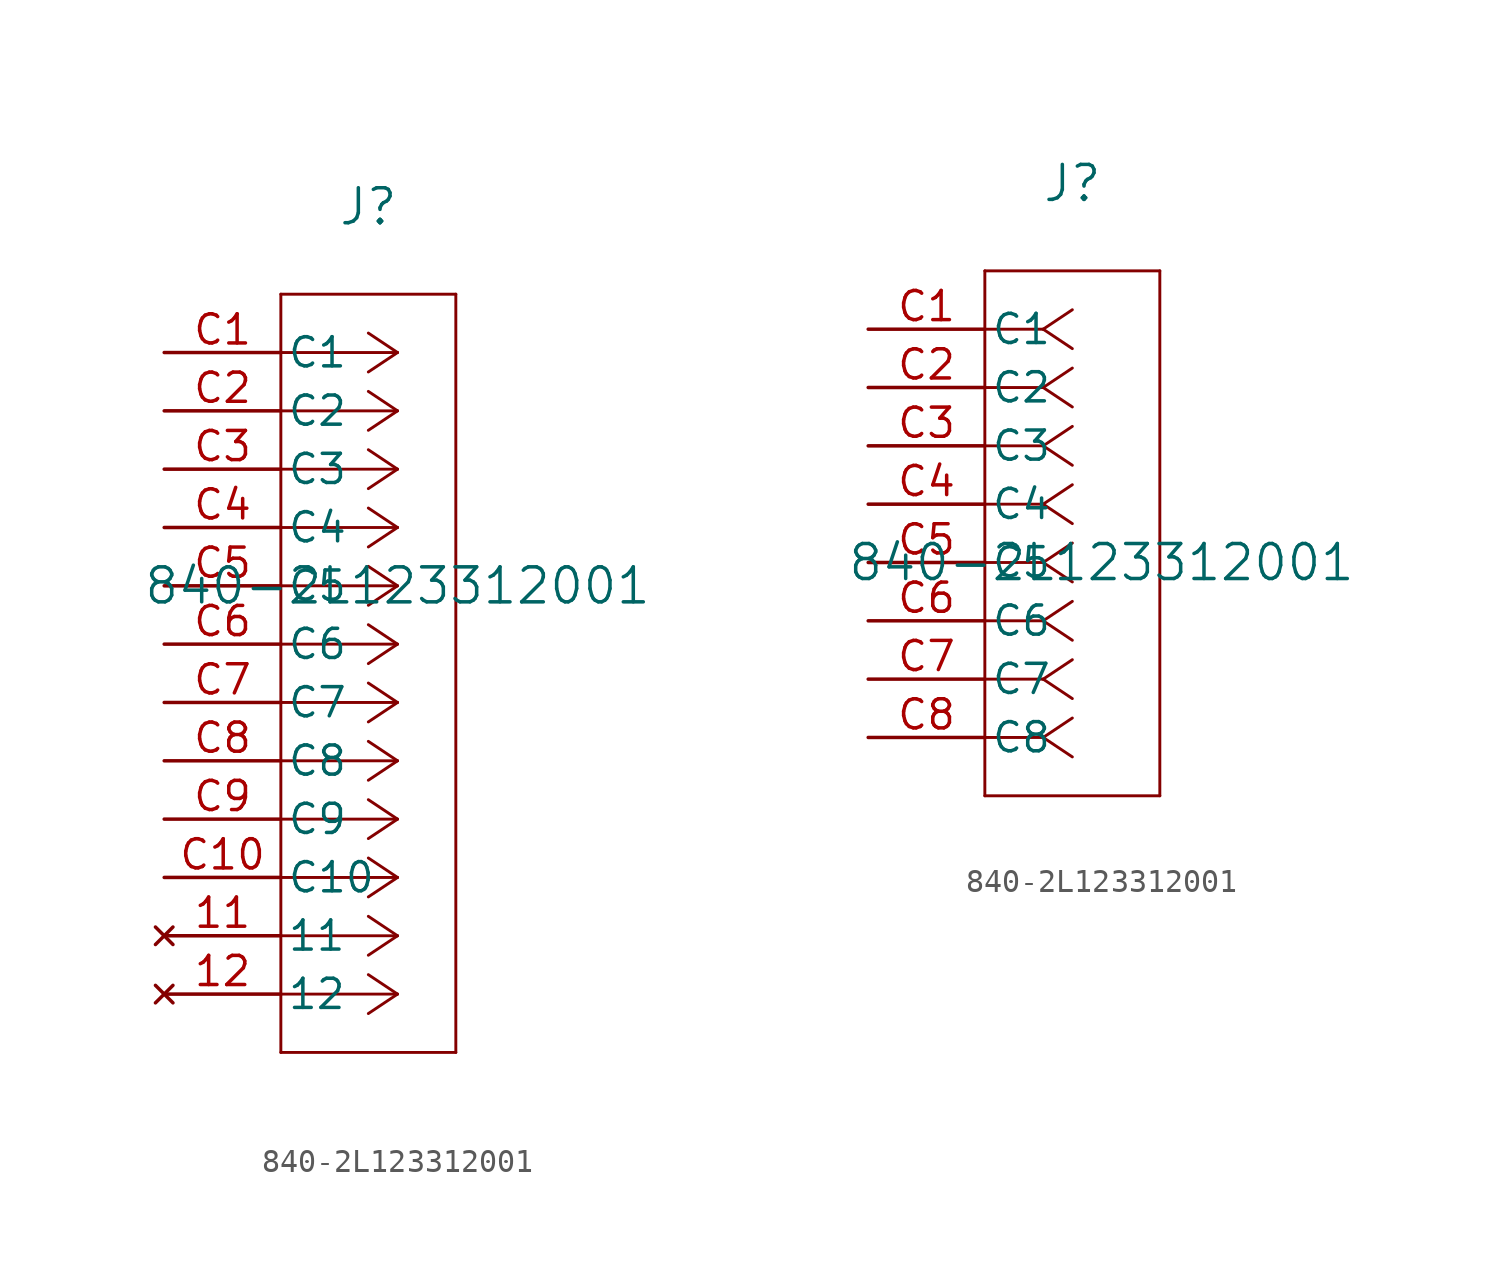
<source format=kicad_sym>
(kicad_symbol_lib
  (version 20220914)
  (generator kicad_symbol_editor)
  (symbol "840-2L123312001"
    (pin_names
      (offset 0.254))
    (property "Reference" "J"
      (at -1.27 16.51 0)
      (effects (font (size 1.524 1.524))))
    (property "Value" "840-2L123312001"
      (at 0 0 0)
      (effects (font (size 1.524 1.524))))
    (symbol "840-2L123312001_1_1"
      (polyline (pts (xy -5.08 -20.32) (xy 2.54 -20.32)) (stroke (width 0.127) (type default)) (fill (type none)))
      (polyline (pts (xy -5.08 12.7) (xy -5.08 -20.32)) (stroke (width 0.127) (type default)) (fill (type none)))
      (polyline (pts (xy 0 -17.78) (xy -5.08 -17.78)) (stroke (width 0.127) (type default)) (fill (type none)))
      (polyline (pts (xy 0 -17.78) (xy -1.27 -18.627)) (stroke (width 0.127) (type default)) (fill (type none)))
      (polyline (pts (xy 0 -17.78) (xy -1.27 -16.933)) (stroke (width 0.127) (type default)) (fill (type none)))
      (polyline (pts (xy 0 -15.24) (xy -5.08 -15.24)) (stroke (width 0.127) (type default)) (fill (type none)))
      (polyline (pts (xy 0 -15.24) (xy -1.27 -16.087)) (stroke (width 0.127) (type default)) (fill (type none)))
      (polyline (pts (xy 0 -15.24) (xy -1.27 -14.393)) (stroke (width 0.127) (type default)) (fill (type none)))
      (polyline (pts (xy 0 -12.7) (xy -5.08 -12.7)) (stroke (width 0.127) (type default)) (fill (type none)))
      (polyline (pts (xy 0 -12.7) (xy -1.27 -13.547)) (stroke (width 0.127) (type default)) (fill (type none)))
      (polyline (pts (xy 0 -12.7) (xy -1.27 -11.853)) (stroke (width 0.127) (type default)) (fill (type none)))
      (polyline (pts (xy 0 -10.16) (xy -5.08 -10.16)) (stroke (width 0.127) (type default)) (fill (type none)))
      (polyline (pts (xy 0 -10.16) (xy -1.27 -11.007)) (stroke (width 0.127) (type default)) (fill (type none)))
      (polyline (pts (xy 0 -10.16) (xy -1.27 -9.313)) (stroke (width 0.127) (type default)) (fill (type none)))
      (polyline (pts (xy 0 -7.62) (xy -5.08 -7.62)) (stroke (width 0.127) (type default)) (fill (type none)))
      (polyline (pts (xy 0 -7.62) (xy -1.27 -8.467)) (stroke (width 0.127) (type default)) (fill (type none)))
      (polyline (pts (xy 0 -7.62) (xy -1.27 -6.773)) (stroke (width 0.127) (type default)) (fill (type none)))
      (polyline (pts (xy 0 -5.08) (xy -5.08 -5.08)) (stroke (width 0.127) (type default)) (fill (type none)))
      (polyline (pts (xy 0 -5.08) (xy -1.27 -5.927)) (stroke (width 0.127) (type default)) (fill (type none)))
      (polyline (pts (xy 0 -5.08) (xy -1.27 -4.233)) (stroke (width 0.127) (type default)) (fill (type none)))
      (polyline (pts (xy 0 -2.54) (xy -5.08 -2.54)) (stroke (width 0.127) (type default)) (fill (type none)))
      (polyline (pts (xy 0 -2.54) (xy -1.27 -3.387)) (stroke (width 0.127) (type default)) (fill (type none)))
      (polyline (pts (xy 0 -2.54) (xy -1.27 -1.693)) (stroke (width 0.127) (type default)) (fill (type none)))
      (polyline (pts (xy 0 0) (xy -5.08 0)) (stroke (width 0.127) (type default)) (fill (type none)))
      (polyline (pts (xy 0 0) (xy -1.27 -0.847)) (stroke (width 0.127) (type default)) (fill (type none)))
      (polyline (pts (xy 0 0) (xy -1.27 0.847)) (stroke (width 0.127) (type default)) (fill (type none)))
      (polyline (pts (xy 0 2.54) (xy -5.08 2.54)) (stroke (width 0.127) (type default)) (fill (type none)))
      (polyline (pts (xy 0 2.54) (xy -1.27 1.693)) (stroke (width 0.127) (type default)) (fill (type none)))
      (polyline (pts (xy 0 2.54) (xy -1.27 3.387)) (stroke (width 0.127) (type default)) (fill (type none)))
      (polyline (pts (xy 0 5.08) (xy -5.08 5.08)) (stroke (width 0.127) (type default)) (fill (type none)))
      (polyline (pts (xy 0 5.08) (xy -1.27 4.233)) (stroke (width 0.127) (type default)) (fill (type none)))
      (polyline (pts (xy 0 5.08) (xy -1.27 5.927)) (stroke (width 0.127) (type default)) (fill (type none)))
      (polyline (pts (xy 0 7.62) (xy -5.08 7.62)) (stroke (width 0.127) (type default)) (fill (type none)))
      (polyline (pts (xy 0 7.62) (xy -1.27 6.773)) (stroke (width 0.127) (type default)) (fill (type none)))
      (polyline (pts (xy 0 7.62) (xy -1.27 8.467)) (stroke (width 0.127) (type default)) (fill (type none)))
      (polyline (pts (xy 0 10.16) (xy -5.08 10.16)) (stroke (width 0.127) (type default)) (fill (type none)))
      (polyline (pts (xy 0 10.16) (xy -1.27 9.313)) (stroke (width 0.127) (type default)) (fill (type none)))
      (polyline (pts (xy 0 10.16) (xy -1.27 11.007)) (stroke (width 0.127) (type default)) (fill (type none)))
      (polyline (pts (xy 2.54 -20.32) (xy 2.54 12.7)) (stroke (width 0.127) (type default)) (fill (type none)))
      (polyline (pts (xy 2.54 12.7) (xy -5.08 12.7)) (stroke (width 0.127) (type default)) (fill (type none)))
      (pin no_connect line (at -10.16 -15.24 0) (length 5.08) (name "11" (effects (font (size 1.27 1.27)))) (number "11" (effects (font (size 1.27 1.27)))))
      (pin no_connect line (at -10.16 -17.78 0) (length 5.08) (name "12" (effects (font (size 1.27 1.27)))) (number "12" (effects (font (size 1.27 1.27)))))
      (pin unspecified line (at -10.16 10.16 0) (length 5.08) (name "C1" (effects (font (size 1.27 1.27)))) (number "C1" (effects (font (size 1.27 1.27)))))
      (pin unspecified line (at -10.16 -12.7 0) (length 5.08) (name "C10" (effects (font (size 1.27 1.27)))) (number "C10" (effects (font (size 1.27 1.27)))))
      (pin unspecified line (at -10.16 7.62 0) (length 5.08) (name "C2" (effects (font (size 1.27 1.27)))) (number "C2" (effects (font (size 1.27 1.27)))))
      (pin unspecified line (at -10.16 5.08 0) (length 5.08) (name "C3" (effects (font (size 1.27 1.27)))) (number "C3" (effects (font (size 1.27 1.27)))))
      (pin unspecified line (at -10.16 2.54 0) (length 5.08) (name "C4" (effects (font (size 1.27 1.27)))) (number "C4" (effects (font (size 1.27 1.27)))))
      (pin unspecified line (at -10.16 0 0) (length 5.08) (name "C5" (effects (font (size 1.27 1.27)))) (number "C5" (effects (font (size 1.27 1.27)))))
      (pin unspecified line (at -10.16 -2.54 0) (length 5.08) (name "C6" (effects (font (size 1.27 1.27)))) (number "C6" (effects (font (size 1.27 1.27)))))
      (pin unspecified line (at -10.16 -5.08 0) (length 5.08) (name "C7" (effects (font (size 1.27 1.27)))) (number "C7" (effects (font (size 1.27 1.27)))))
      (pin unspecified line (at -10.16 -7.62 0) (length 5.08) (name "C8" (effects (font (size 1.27 1.27)))) (number "C8" (effects (font (size 1.27 1.27)))))
      (pin unspecified line (at -10.16 -10.16 0) (length 5.08) (name "C9" (effects (font (size 1.27 1.27)))) (number "C9" (effects (font (size 1.27 1.27))))))
    (symbol "840-2L123312001_1_2"
      (polyline (pts (xy -5.08 -10.16) (xy 2.54 -10.16)) (stroke (width 0.127) (type default)) (fill (type none)))
      (polyline (pts (xy -5.08 12.7) (xy -5.08 -10.16)) (stroke (width 0.127) (type default)) (fill (type none)))
      (polyline (pts (xy -2.54 -7.62) (xy -5.08 -7.62)) (stroke (width 0.127) (type default)) (fill (type none)))
      (polyline (pts (xy -2.54 -7.62) (xy -1.27 -8.467)) (stroke (width 0.127) (type default)) (fill (type none)))
      (polyline (pts (xy -2.54 -7.62) (xy -1.27 -6.773)) (stroke (width 0.127) (type default)) (fill (type none)))
      (polyline (pts (xy -2.54 -5.08) (xy -5.08 -5.08)) (stroke (width 0.127) (type default)) (fill (type none)))
      (polyline (pts (xy -2.54 -5.08) (xy -1.27 -5.927)) (stroke (width 0.127) (type default)) (fill (type none)))
      (polyline (pts (xy -2.54 -5.08) (xy -1.27 -4.233)) (stroke (width 0.127) (type default)) (fill (type none)))
      (polyline (pts (xy -2.54 -2.54) (xy -5.08 -2.54)) (stroke (width 0.127) (type default)) (fill (type none)))
      (polyline (pts (xy -2.54 -2.54) (xy -1.27 -3.387)) (stroke (width 0.127) (type default)) (fill (type none)))
      (polyline (pts (xy -2.54 -2.54) (xy -1.27 -1.693)) (stroke (width 0.127) (type default)) (fill (type none)))
      (polyline (pts (xy -2.54 0) (xy -5.08 0)) (stroke (width 0.127) (type default)) (fill (type none)))
      (polyline (pts (xy -2.54 0) (xy -1.27 -0.847)) (stroke (width 0.127) (type default)) (fill (type none)))
      (polyline (pts (xy -2.54 0) (xy -1.27 0.847)) (stroke (width 0.127) (type default)) (fill (type none)))
      (polyline (pts (xy -2.54 2.54) (xy -5.08 2.54)) (stroke (width 0.127) (type default)) (fill (type none)))
      (polyline (pts (xy -2.54 2.54) (xy -1.27 1.693)) (stroke (width 0.127) (type default)) (fill (type none)))
      (polyline (pts (xy -2.54 2.54) (xy -1.27 3.387)) (stroke (width 0.127) (type default)) (fill (type none)))
      (polyline (pts (xy -2.54 5.08) (xy -5.08 5.08)) (stroke (width 0.127) (type default)) (fill (type none)))
      (polyline (pts (xy -2.54 5.08) (xy -1.27 4.233)) (stroke (width 0.127) (type default)) (fill (type none)))
      (polyline (pts (xy -2.54 5.08) (xy -1.27 5.927)) (stroke (width 0.127) (type default)) (fill (type none)))
      (polyline (pts (xy -2.54 7.62) (xy -5.08 7.62)) (stroke (width 0.127) (type default)) (fill (type none)))
      (polyline (pts (xy -2.54 7.62) (xy -1.27 6.773)) (stroke (width 0.127) (type default)) (fill (type none)))
      (polyline (pts (xy -2.54 7.62) (xy -1.27 8.467)) (stroke (width 0.127) (type default)) (fill (type none)))
      (polyline (pts (xy -2.54 10.16) (xy -5.08 10.16)) (stroke (width 0.127) (type default)) (fill (type none)))
      (polyline (pts (xy -2.54 10.16) (xy -1.27 9.313)) (stroke (width 0.127) (type default)) (fill (type none)))
      (polyline (pts (xy -2.54 10.16) (xy -1.27 11.007)) (stroke (width 0.127) (type default)) (fill (type none)))
      (polyline (pts (xy 2.54 -10.16) (xy 2.54 12.7)) (stroke (width 0.127) (type default)) (fill (type none)))
      (polyline (pts (xy 2.54 12.7) (xy -5.08 12.7)) (stroke (width 0.127) (type default)) (fill (type none)))
      (pin unspecified line (at -10.16 10.16 0) (length 5.08) (name "C1" (effects (font (size 1.27 1.27)))) (number "C1" (effects (font (size 1.27 1.27)))))
      (pin unspecified line (at -10.16 7.62 0) (length 5.08) (name "C2" (effects (font (size 1.27 1.27)))) (number "C2" (effects (font (size 1.27 1.27)))))
      (pin unspecified line (at -10.16 5.08 0) (length 5.08) (name "C3" (effects (font (size 1.27 1.27)))) (number "C3" (effects (font (size 1.27 1.27)))))
      (pin unspecified line (at -10.16 2.54 0) (length 5.08) (name "C4" (effects (font (size 1.27 1.27)))) (number "C4" (effects (font (size 1.27 1.27)))))
      (pin unspecified line (at -10.16 0 0) (length 5.08) (name "C5" (effects (font (size 1.27 1.27)))) (number "C5" (effects (font (size 1.27 1.27)))))
      (pin unspecified line (at -10.16 -2.54 0) (length 5.08) (name "C6" (effects (font (size 1.27 1.27)))) (number "C6" (effects (font (size 1.27 1.27)))))
      (pin unspecified line (at -10.16 -5.08 0) (length 5.08) (name "C7" (effects (font (size 1.27 1.27)))) (number "C7" (effects (font (size 1.27 1.27)))))
      (pin unspecified line (at -10.16 -7.62 0) (length 5.08) (name "C8" (effects (font (size 1.27 1.27)))) (number "C8" (effects (font (size 1.27 1.27))))))))
</source>
